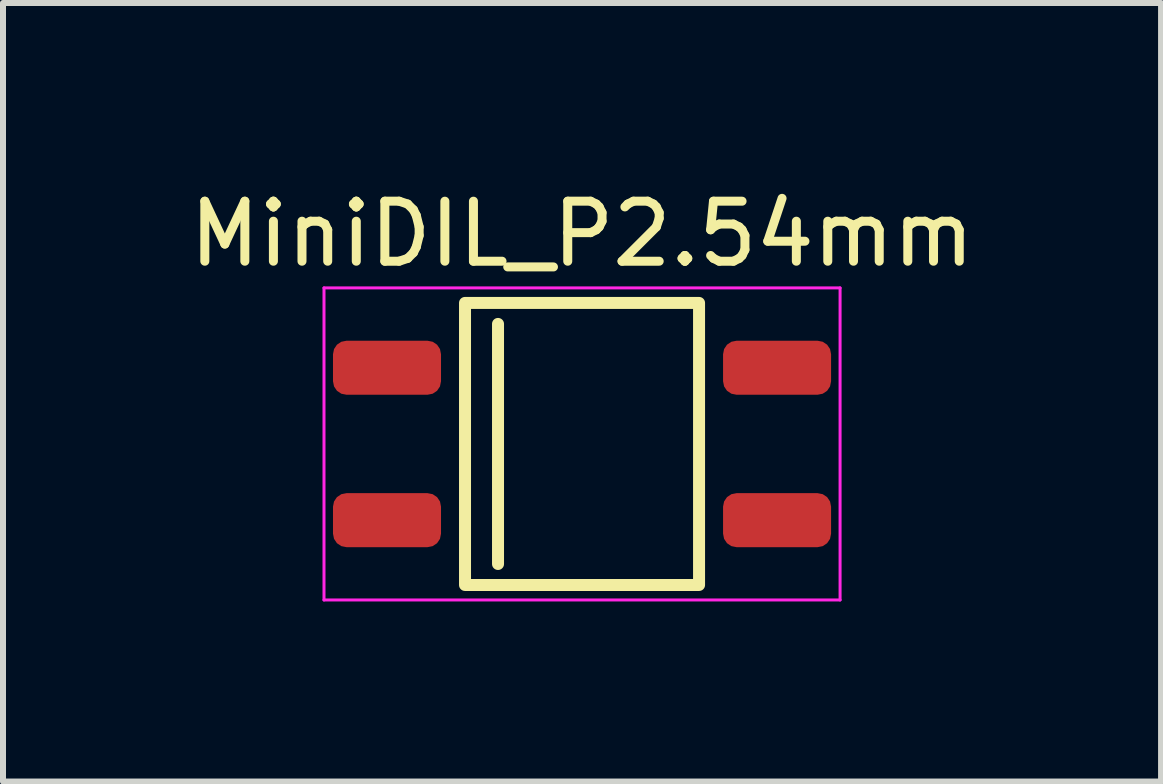
<source format=kicad_pcb>
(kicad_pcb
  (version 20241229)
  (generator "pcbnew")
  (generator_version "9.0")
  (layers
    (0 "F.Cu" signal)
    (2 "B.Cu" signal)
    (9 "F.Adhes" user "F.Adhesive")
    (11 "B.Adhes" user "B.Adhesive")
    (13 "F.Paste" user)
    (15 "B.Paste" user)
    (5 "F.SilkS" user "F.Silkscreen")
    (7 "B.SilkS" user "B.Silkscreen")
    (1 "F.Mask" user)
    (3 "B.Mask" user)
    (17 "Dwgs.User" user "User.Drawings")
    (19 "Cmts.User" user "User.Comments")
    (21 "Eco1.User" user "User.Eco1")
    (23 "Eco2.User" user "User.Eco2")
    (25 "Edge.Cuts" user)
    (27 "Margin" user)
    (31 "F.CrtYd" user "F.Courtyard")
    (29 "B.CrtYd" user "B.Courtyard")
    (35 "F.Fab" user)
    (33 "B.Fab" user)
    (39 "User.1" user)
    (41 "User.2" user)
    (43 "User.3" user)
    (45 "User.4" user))
  (footprint "MiniDIL_P2.54mm"
    (layer "F.Cu")
    (at 6.649 4.348)
    (property "Reference" "MiniDIL_P2.54mm" (at 0 -3.5 180) (layer "F.SilkS") (effects (font (size 1 1) (thickness 0.15))))
    (attr smd)
    (fp_line (start -1.4 -2) (end -1.4 2) (stroke (width 0.2) (type solid)) (layer "F.SilkS"))
    (fp_rect (start -1.95 2.35) (end 1.95 -2.35) (stroke (width 0.2) (type solid)) (fill no) (layer "F.SilkS"))
    (fp_line (start -4.3 -2.6) (end -4.3 2.6) (stroke (width 0.05) (type solid)) (layer "F.CrtYd"))
    (fp_line (start -4.3 2.6) (end 4.3 2.6) (stroke (width 0.05) (type solid)) (layer "F.CrtYd"))
    (fp_line (start 4.3 -2.6) (end -4.3 -2.6) (stroke (width 0.05) (type solid)) (layer "F.CrtYd"))
    (fp_line (start 4.3 2.6) (end 4.3 -2.6) (stroke (width 0.05) (type solid)) (layer "F.CrtYd"))
    (pad "1" smd roundrect (at -3.25 -1.27) (size 1.8 0.9) (layers "F.Cu" "F.Mask" "F.Paste") (roundrect_rratio 0.25))
    (pad "2" smd roundrect (at -3.25 1.27) (size 1.8 0.9) (layers "F.Cu" "F.Mask" "F.Paste") (roundrect_rratio 0.25))
    (pad "3" smd roundrect (at 3.25 1.27) (size 1.8 0.9) (layers "F.Cu" "F.Mask" "F.Paste") (roundrect_rratio 0.25))
    (pad "4" smd roundrect (at 3.25 -1.27) (size 1.8 0.9) (layers "F.Cu" "F.Mask" "F.Paste") (roundrect_rratio 0.25)))
  (gr_rect
    (start -3 -3)
    (end 16.298 9.973)
    (stroke (width 0.1) (type default))
    (fill no)
    (layer "Edge.Cuts")))
</source>
